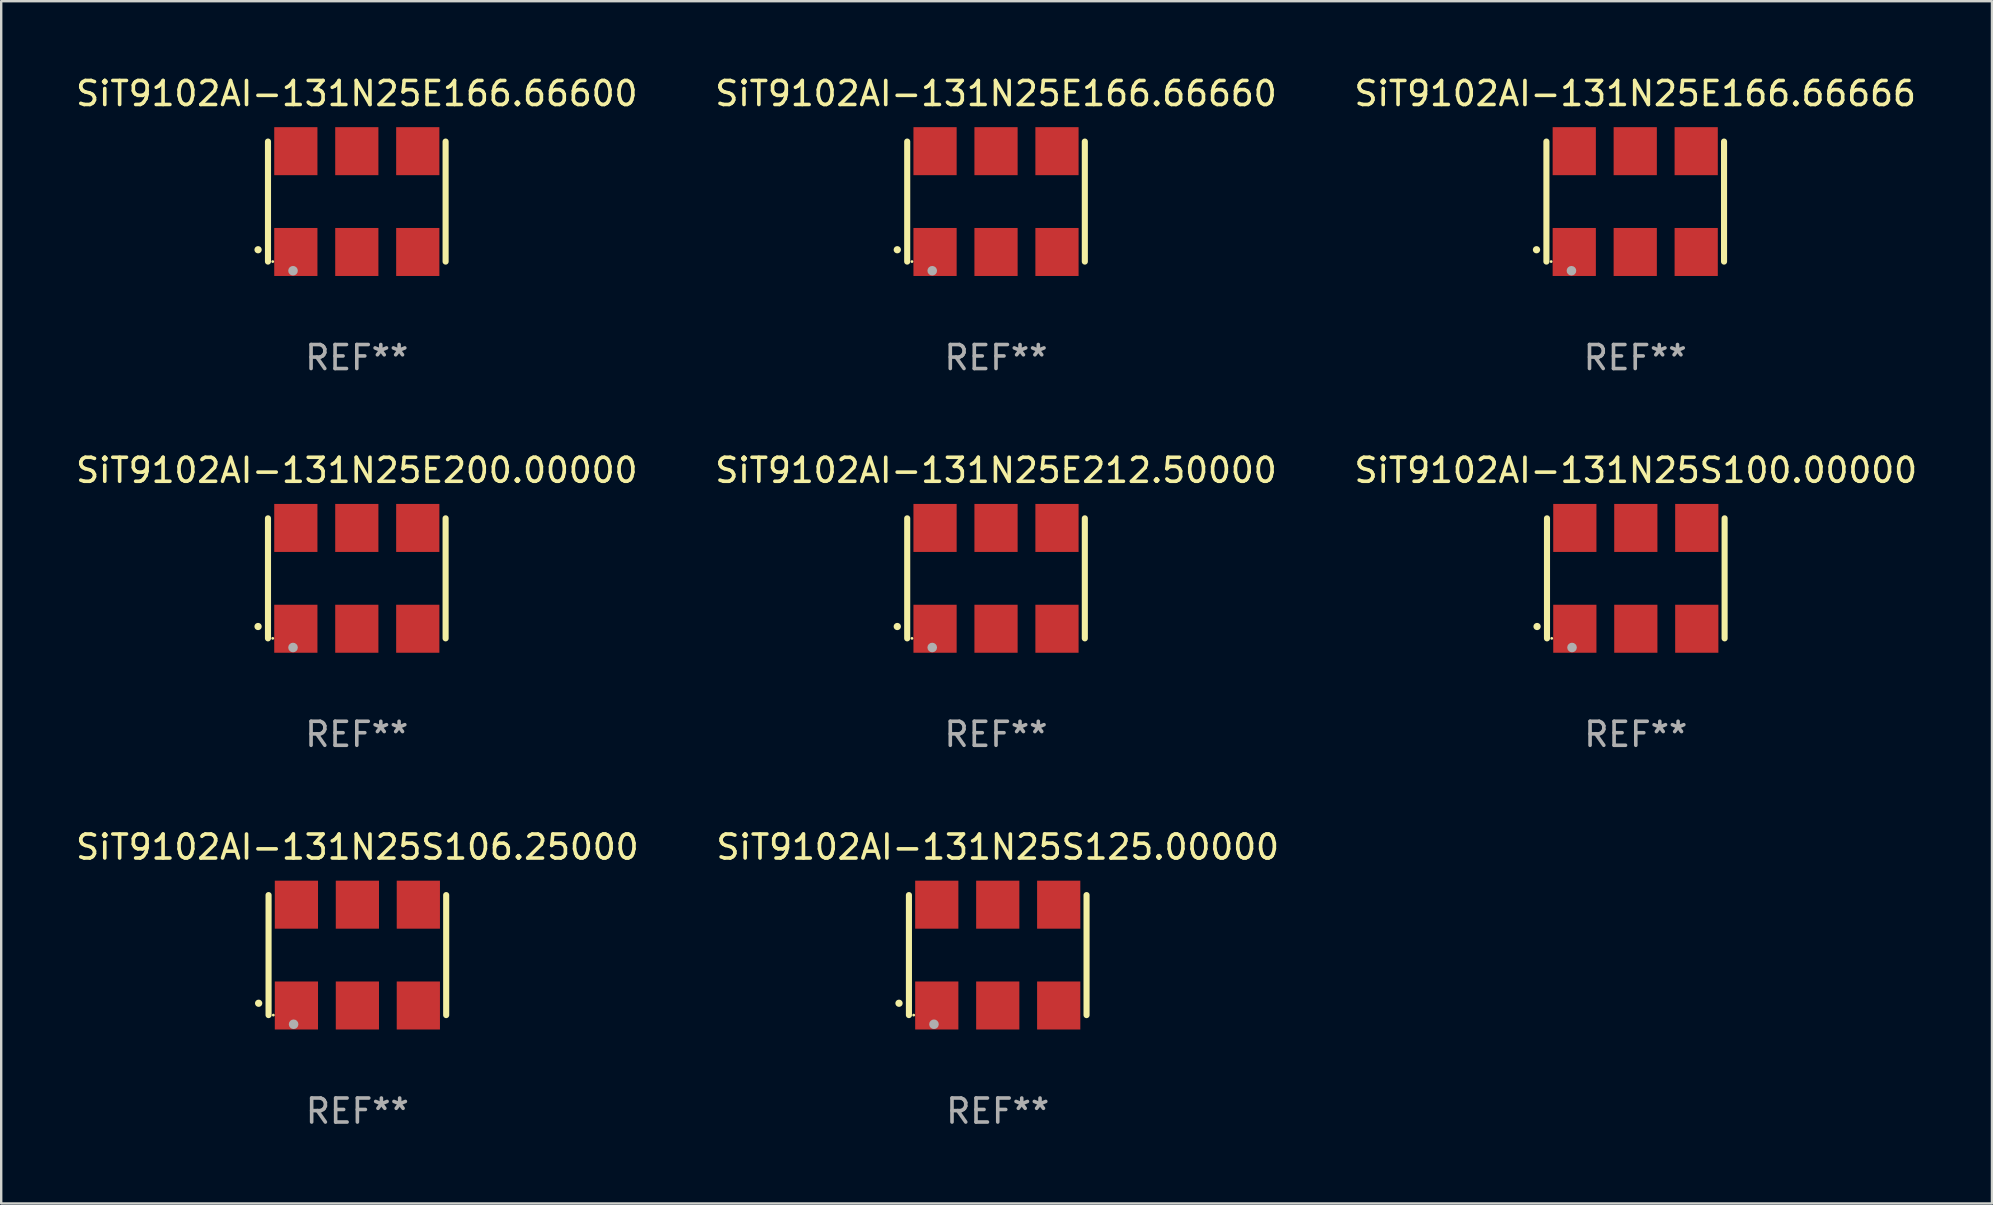
<source format=kicad_pcb>
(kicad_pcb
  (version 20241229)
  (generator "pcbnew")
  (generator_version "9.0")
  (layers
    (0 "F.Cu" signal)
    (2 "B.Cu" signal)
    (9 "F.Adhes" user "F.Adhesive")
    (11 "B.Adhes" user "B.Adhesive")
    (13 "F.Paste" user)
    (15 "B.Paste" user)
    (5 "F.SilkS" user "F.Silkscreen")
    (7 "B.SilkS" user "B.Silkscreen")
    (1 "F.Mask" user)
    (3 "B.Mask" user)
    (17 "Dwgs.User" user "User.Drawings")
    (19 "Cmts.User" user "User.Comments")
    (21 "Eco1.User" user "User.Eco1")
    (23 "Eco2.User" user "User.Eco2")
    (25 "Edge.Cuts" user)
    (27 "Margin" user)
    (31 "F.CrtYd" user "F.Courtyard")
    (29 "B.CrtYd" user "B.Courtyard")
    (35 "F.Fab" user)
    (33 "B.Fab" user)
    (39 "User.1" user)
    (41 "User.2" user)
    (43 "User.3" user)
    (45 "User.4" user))
  (footprint "SiT9102AI-131N25S100.00000"
    (layer "F.Cu")
    (at 65.101 21.045)
    (property "Reference" "SiT9102AI-131N25S100.00000" (at 0 -4.5 0) (layer "F.SilkS") (effects (font (size 1 1) (thickness 0.15))))
    (attr through_hole)
    (fp_line (start -3.7 -2.5) (end -3.7 2.5) (stroke (width 0.254) (type solid)) (layer "F.SilkS"))
    (fp_line (start 3.7 -2.5) (end 3.7 2.5) (stroke (width 0.254) (type solid)) (layer "F.SilkS"))
    (fp_arc (start -4.114415 2.006604) (mid -4.113145 2.006599) (end -4.111875 2.006604) (stroke (width 0.3) (type solid)) (layer "F.SilkS"))
    (fp_circle (center -3.502 2.5) (end -3.472 2.5) (stroke (width 0.06) (type solid)) (fill no) (layer "F.SilkS"))
    (fp_circle (center -2.657 2.882) (end -2.557 2.882) (stroke (width 0.2) (type solid)) (fill no) (layer "F.Fab"))
    (fp_text user "REF**" (at 0 6.5 0) (layer "F.Fab") (effects (font (size 1 1) (thickness 0.15))))
    (pad "1" smd rect (at -2.54 2.1) (size 1.8 2) (layers "F.Cu" "F.Mask" "F.Paste"))
    (pad "2" smd rect (at 0.000394 2.1) (size 1.8 2) (layers "F.Cu" "F.Mask" "F.Paste"))
    (pad "3" smd rect (at 2.54 2.1) (size 1.8 2) (layers "F.Cu" "F.Mask" "F.Paste"))
    (pad "4" smd rect (at 2.54 -2.1) (size 1.8 2) (layers "F.Cu" "F.Mask" "F.Paste"))
    (pad "5" smd rect (at 0.000394 -2.1) (size 1.8 2) (layers "F.Cu" "F.Mask" "F.Paste"))
    (pad "6" smd rect (at -2.54 -2.1) (size 1.8 2) (layers "F.Cu" "F.Mask" "F.Paste")))
  (footprint "SiT9102AI-131N25E200.00000"
    (layer "F.Cu")
    (at 11.815 21.045)
    (property "Reference" "SiT9102AI-131N25E200.00000" (at 0 -4.5 0) (layer "F.SilkS") (effects (font (size 1 1) (thickness 0.15))))
    (attr through_hole)
    (fp_line (start -3.7 -2.5) (end -3.7 2.5) (stroke (width 0.254) (type solid)) (layer "F.SilkS"))
    (fp_line (start 3.7 -2.5) (end 3.7 2.5) (stroke (width 0.254) (type solid)) (layer "F.SilkS"))
    (fp_arc (start -4.114415 2.006604) (mid -4.113145 2.006599) (end -4.111875 2.006604) (stroke (width 0.3) (type solid)) (layer "F.SilkS"))
    (fp_circle (center -3.502 2.5) (end -3.472 2.5) (stroke (width 0.06) (type solid)) (fill no) (layer "F.SilkS"))
    (fp_circle (center -2.657 2.882) (end -2.557 2.882) (stroke (width 0.2) (type solid)) (fill no) (layer "F.Fab"))
    (fp_text user "REF**" (at 0 6.5 0) (layer "F.Fab") (effects (font (size 1 1) (thickness 0.15))))
    (pad "1" smd rect (at -2.54 2.1) (size 1.8 2) (layers "F.Cu" "F.Mask" "F.Paste"))
    (pad "2" smd rect (at 0.000394 2.1) (size 1.8 2) (layers "F.Cu" "F.Mask" "F.Paste"))
    (pad "3" smd rect (at 2.54 2.1) (size 1.8 2) (layers "F.Cu" "F.Mask" "F.Paste"))
    (pad "4" smd rect (at 2.54 -2.1) (size 1.8 2) (layers "F.Cu" "F.Mask" "F.Paste"))
    (pad "5" smd rect (at 0.000394 -2.1) (size 1.8 2) (layers "F.Cu" "F.Mask" "F.Paste"))
    (pad "6" smd rect (at -2.54 -2.1) (size 1.8 2) (layers "F.Cu" "F.Mask" "F.Paste")))
  (footprint "SiT9102AI-131N25E166.66600"
    (layer "F.Cu")
    (at 11.815 5.348)
    (property "Reference" "SiT9102AI-131N25E166.66600" (at 0 -4.5 0) (layer "F.SilkS") (effects (font (size 1 1) (thickness 0.15))))
    (attr through_hole)
    (fp_line (start -3.7 -2.5) (end -3.7 2.5) (stroke (width 0.254) (type solid)) (layer "F.SilkS"))
    (fp_line (start 3.7 -2.5) (end 3.7 2.5) (stroke (width 0.254) (type solid)) (layer "F.SilkS"))
    (fp_arc (start -4.114415 2.006604) (mid -4.113145 2.006599) (end -4.111875 2.006604) (stroke (width 0.3) (type solid)) (layer "F.SilkS"))
    (fp_circle (center -3.502 2.5) (end -3.472 2.5) (stroke (width 0.06) (type solid)) (fill no) (layer "F.SilkS"))
    (fp_circle (center -2.657 2.882) (end -2.557 2.882) (stroke (width 0.2) (type solid)) (fill no) (layer "F.Fab"))
    (fp_text user "REF**" (at 0 6.5 0) (layer "F.Fab") (effects (font (size 1 1) (thickness 0.15))))
    (pad "1" smd rect (at -2.54 2.1) (size 1.8 2) (layers "F.Cu" "F.Mask" "F.Paste"))
    (pad "2" smd rect (at 0.000394 2.1) (size 1.8 2) (layers "F.Cu" "F.Mask" "F.Paste"))
    (pad "3" smd rect (at 2.54 2.1) (size 1.8 2) (layers "F.Cu" "F.Mask" "F.Paste"))
    (pad "4" smd rect (at 2.54 -2.1) (size 1.8 2) (layers "F.Cu" "F.Mask" "F.Paste"))
    (pad "5" smd rect (at 0.000394 -2.1) (size 1.8 2) (layers "F.Cu" "F.Mask" "F.Paste"))
    (pad "6" smd rect (at -2.54 -2.1) (size 1.8 2) (layers "F.Cu" "F.Mask" "F.Paste")))
  (footprint "SiT9102AI-131N25S125.00000"
    (layer "F.Cu")
    (at 38.518 36.741)
    (property "Reference" "SiT9102AI-131N25S125.00000" (at 0 -4.5 0) (layer "F.SilkS") (effects (font (size 1 1) (thickness 0.15))))
    (attr through_hole)
    (fp_line (start -3.7 -2.5) (end -3.7 2.5) (stroke (width 0.254) (type solid)) (layer "F.SilkS"))
    (fp_line (start 3.7 -2.5) (end 3.7 2.5) (stroke (width 0.254) (type solid)) (layer "F.SilkS"))
    (fp_arc (start -4.114415 2.006604) (mid -4.113145 2.006599) (end -4.111875 2.006604) (stroke (width 0.3) (type solid)) (layer "F.SilkS"))
    (fp_circle (center -3.502 2.5) (end -3.472 2.5) (stroke (width 0.06) (type solid)) (fill no) (layer "F.SilkS"))
    (fp_circle (center -2.657 2.882) (end -2.557 2.882) (stroke (width 0.2) (type solid)) (fill no) (layer "F.Fab"))
    (fp_text user "REF**" (at 0 6.5 0) (layer "F.Fab") (effects (font (size 1 1) (thickness 0.15))))
    (pad "1" smd rect (at -2.54 2.1) (size 1.8 2) (layers "F.Cu" "F.Mask" "F.Paste"))
    (pad "2" smd rect (at 0.000394 2.1) (size 1.8 2) (layers "F.Cu" "F.Mask" "F.Paste"))
    (pad "3" smd rect (at 2.54 2.1) (size 1.8 2) (layers "F.Cu" "F.Mask" "F.Paste"))
    (pad "4" smd rect (at 2.54 -2.1) (size 1.8 2) (layers "F.Cu" "F.Mask" "F.Paste"))
    (pad "5" smd rect (at 0.000394 -2.1) (size 1.8 2) (layers "F.Cu" "F.Mask" "F.Paste"))
    (pad "6" smd rect (at -2.54 -2.1) (size 1.8 2) (layers "F.Cu" "F.Mask" "F.Paste")))
  (footprint "SiT9102AI-131N25S106.25000"
    (layer "F.Cu")
    (at 11.839 36.741)
    (property "Reference" "SiT9102AI-131N25S106.25000" (at 0 -4.5 0) (layer "F.SilkS") (effects (font (size 1 1) (thickness 0.15))))
    (attr through_hole)
    (fp_line (start -3.7 -2.5) (end -3.7 2.5) (stroke (width 0.254) (type solid)) (layer "F.SilkS"))
    (fp_line (start 3.7 -2.5) (end 3.7 2.5) (stroke (width 0.254) (type solid)) (layer "F.SilkS"))
    (fp_arc (start -4.114415 2.006604) (mid -4.113145 2.006599) (end -4.111875 2.006604) (stroke (width 0.3) (type solid)) (layer "F.SilkS"))
    (fp_circle (center -3.502 2.5) (end -3.472 2.5) (stroke (width 0.06) (type solid)) (fill no) (layer "F.SilkS"))
    (fp_circle (center -2.657 2.882) (end -2.557 2.882) (stroke (width 0.2) (type solid)) (fill no) (layer "F.Fab"))
    (fp_text user "REF**" (at 0 6.5 0) (layer "F.Fab") (effects (font (size 1 1) (thickness 0.15))))
    (pad "1" smd rect (at -2.54 2.1) (size 1.8 2) (layers "F.Cu" "F.Mask" "F.Paste"))
    (pad "2" smd rect (at 0.000394 2.1) (size 1.8 2) (layers "F.Cu" "F.Mask" "F.Paste"))
    (pad "3" smd rect (at 2.54 2.1) (size 1.8 2) (layers "F.Cu" "F.Mask" "F.Paste"))
    (pad "4" smd rect (at 2.54 -2.1) (size 1.8 2) (layers "F.Cu" "F.Mask" "F.Paste"))
    (pad "5" smd rect (at 0.000394 -2.1) (size 1.8 2) (layers "F.Cu" "F.Mask" "F.Paste"))
    (pad "6" smd rect (at -2.54 -2.1) (size 1.8 2) (layers "F.Cu" "F.Mask" "F.Paste")))
  (footprint "SiT9102AI-131N25E166.66660"
    (layer "F.Cu")
    (at 38.446 5.348)
    (property "Reference" "SiT9102AI-131N25E166.66660" (at 0 -4.5 0) (layer "F.SilkS") (effects (font (size 1 1) (thickness 0.15))))
    (attr through_hole)
    (fp_line (start -3.7 -2.5) (end -3.7 2.5) (stroke (width 0.254) (type solid)) (layer "F.SilkS"))
    (fp_line (start 3.7 -2.5) (end 3.7 2.5) (stroke (width 0.254) (type solid)) (layer "F.SilkS"))
    (fp_arc (start -4.114415 2.006604) (mid -4.113145 2.006599) (end -4.111875 2.006604) (stroke (width 0.3) (type solid)) (layer "F.SilkS"))
    (fp_circle (center -3.502 2.5) (end -3.472 2.5) (stroke (width 0.06) (type solid)) (fill no) (layer "F.SilkS"))
    (fp_circle (center -2.657 2.882) (end -2.557 2.882) (stroke (width 0.2) (type solid)) (fill no) (layer "F.Fab"))
    (fp_text user "REF**" (at 0 6.5 0) (layer "F.Fab") (effects (font (size 1 1) (thickness 0.15))))
    (pad "1" smd rect (at -2.54 2.1) (size 1.8 2) (layers "F.Cu" "F.Mask" "F.Paste"))
    (pad "2" smd rect (at 0.000394 2.1) (size 1.8 2) (layers "F.Cu" "F.Mask" "F.Paste"))
    (pad "3" smd rect (at 2.54 2.1) (size 1.8 2) (layers "F.Cu" "F.Mask" "F.Paste"))
    (pad "4" smd rect (at 2.54 -2.1) (size 1.8 2) (layers "F.Cu" "F.Mask" "F.Paste"))
    (pad "5" smd rect (at 0.000394 -2.1) (size 1.8 2) (layers "F.Cu" "F.Mask" "F.Paste"))
    (pad "6" smd rect (at -2.54 -2.1) (size 1.8 2) (layers "F.Cu" "F.Mask" "F.Paste")))
  (footprint "SiT9102AI-131N25E212.50000"
    (layer "F.Cu")
    (at 38.446 21.045)
    (property "Reference" "SiT9102AI-131N25E212.50000" (at 0 -4.5 0) (layer "F.SilkS") (effects (font (size 1 1) (thickness 0.15))))
    (attr through_hole)
    (fp_line (start -3.7 -2.5) (end -3.7 2.5) (stroke (width 0.254) (type solid)) (layer "F.SilkS"))
    (fp_line (start 3.7 -2.5) (end 3.7 2.5) (stroke (width 0.254) (type solid)) (layer "F.SilkS"))
    (fp_arc (start -4.114415 2.006604) (mid -4.113145 2.006599) (end -4.111875 2.006604) (stroke (width 0.3) (type solid)) (layer "F.SilkS"))
    (fp_circle (center -3.502 2.5) (end -3.472 2.5) (stroke (width 0.06) (type solid)) (fill no) (layer "F.SilkS"))
    (fp_circle (center -2.657 2.882) (end -2.557 2.882) (stroke (width 0.2) (type solid)) (fill no) (layer "F.Fab"))
    (fp_text user "REF**" (at 0 6.5 0) (layer "F.Fab") (effects (font (size 1 1) (thickness 0.15))))
    (pad "1" smd rect (at -2.54 2.1) (size 1.8 2) (layers "F.Cu" "F.Mask" "F.Paste"))
    (pad "2" smd rect (at 0.000394 2.1) (size 1.8 2) (layers "F.Cu" "F.Mask" "F.Paste"))
    (pad "3" smd rect (at 2.54 2.1) (size 1.8 2) (layers "F.Cu" "F.Mask" "F.Paste"))
    (pad "4" smd rect (at 2.54 -2.1) (size 1.8 2) (layers "F.Cu" "F.Mask" "F.Paste"))
    (pad "5" smd rect (at 0.000394 -2.1) (size 1.8 2) (layers "F.Cu" "F.Mask" "F.Paste"))
    (pad "6" smd rect (at -2.54 -2.1) (size 1.8 2) (layers "F.Cu" "F.Mask" "F.Paste")))
  (footprint "SiT9102AI-131N25E166.66666"
    (layer "F.Cu")
    (at 65.077 5.348)
    (property "Reference" "SiT9102AI-131N25E166.66666" (at 0 -4.5 0) (layer "F.SilkS") (effects (font (size 1 1) (thickness 0.15))))
    (attr through_hole)
    (fp_line (start -3.7 -2.5) (end -3.7 2.5) (stroke (width 0.254) (type solid)) (layer "F.SilkS"))
    (fp_line (start 3.7 -2.5) (end 3.7 2.5) (stroke (width 0.254) (type solid)) (layer "F.SilkS"))
    (fp_arc (start -4.114415 2.006604) (mid -4.113145 2.006599) (end -4.111875 2.006604) (stroke (width 0.3) (type solid)) (layer "F.SilkS"))
    (fp_circle (center -3.502 2.5) (end -3.472 2.5) (stroke (width 0.06) (type solid)) (fill no) (layer "F.SilkS"))
    (fp_circle (center -2.657 2.882) (end -2.557 2.882) (stroke (width 0.2) (type solid)) (fill no) (layer "F.Fab"))
    (fp_text user "REF**" (at 0 6.5 0) (layer "F.Fab") (effects (font (size 1 1) (thickness 0.15))))
    (pad "1" smd rect (at -2.54 2.1) (size 1.8 2) (layers "F.Cu" "F.Mask" "F.Paste"))
    (pad "2" smd rect (at 0.000394 2.1) (size 1.8 2) (layers "F.Cu" "F.Mask" "F.Paste"))
    (pad "3" smd rect (at 2.54 2.1) (size 1.8 2) (layers "F.Cu" "F.Mask" "F.Paste"))
    (pad "4" smd rect (at 2.54 -2.1) (size 1.8 2) (layers "F.Cu" "F.Mask" "F.Paste"))
    (pad "5" smd rect (at 0.000394 -2.1) (size 1.8 2) (layers "F.Cu" "F.Mask" "F.Paste"))
    (pad "6" smd rect (at -2.54 -2.1) (size 1.8 2) (layers "F.Cu" "F.Mask" "F.Paste")))
  (gr_rect
    (start -3 -3)
    (end 79.94 47.09)
    (stroke (width 0.1) (type default))
    (fill no)
    (layer "Edge.Cuts")))
</source>
